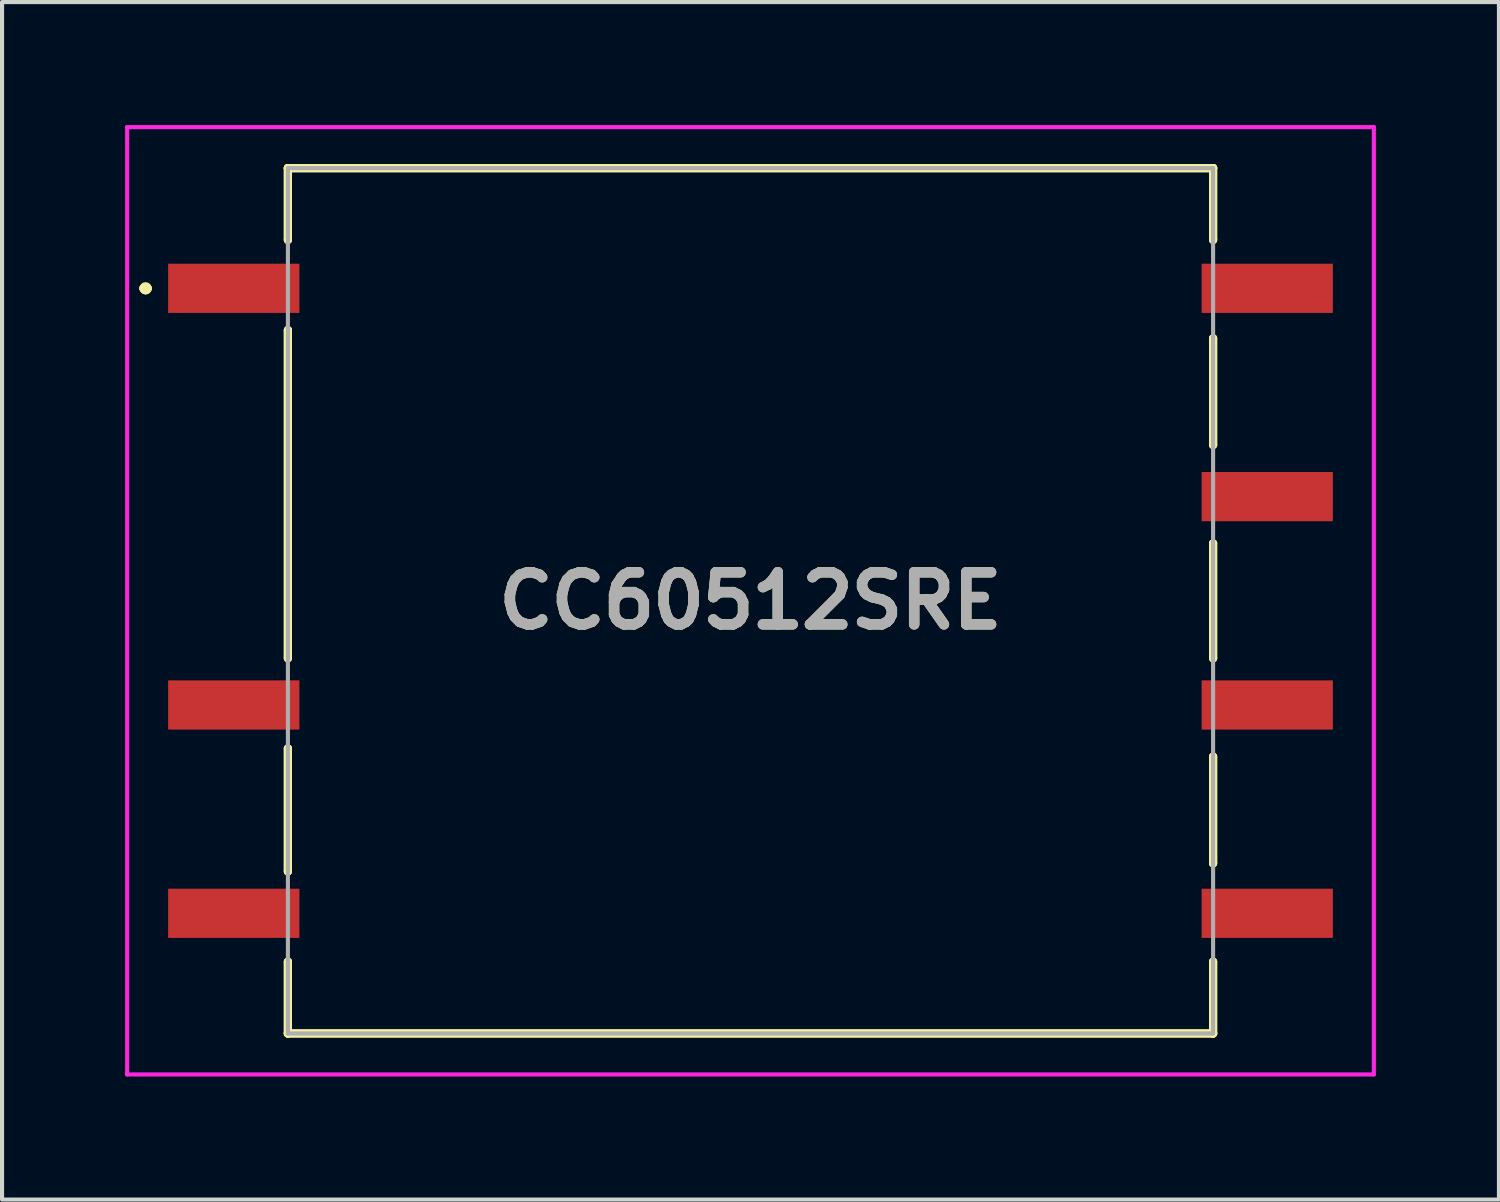
<source format=kicad_pcb>
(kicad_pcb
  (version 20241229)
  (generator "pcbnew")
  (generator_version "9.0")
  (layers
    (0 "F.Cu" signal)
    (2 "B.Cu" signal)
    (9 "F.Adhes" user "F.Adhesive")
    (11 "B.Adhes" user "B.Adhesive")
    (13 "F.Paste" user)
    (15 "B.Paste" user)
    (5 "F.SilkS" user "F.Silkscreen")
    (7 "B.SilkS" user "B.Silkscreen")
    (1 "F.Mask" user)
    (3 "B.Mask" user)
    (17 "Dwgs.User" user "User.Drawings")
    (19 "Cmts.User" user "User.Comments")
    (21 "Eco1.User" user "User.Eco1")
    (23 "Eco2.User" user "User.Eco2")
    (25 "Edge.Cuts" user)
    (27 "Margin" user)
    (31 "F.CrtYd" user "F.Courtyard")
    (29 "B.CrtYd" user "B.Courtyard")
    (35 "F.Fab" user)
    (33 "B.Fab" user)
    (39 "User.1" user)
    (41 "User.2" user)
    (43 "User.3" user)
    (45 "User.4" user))
  (footprint "CC60512SRE"
    (layer "F.Cu")
    (at 15.25 11.6)
    (property "Reference" "CC60512SRE" (at 0 0 0) (layer "F.SilkS") (effects (font (size 1.27 1.27) (thickness 0.254))))
    (attr smd)
    (fp_line (start -14.8 -7.62) (end -14.8 -7.62) (stroke (width 0.2) (type solid)) (layer "F.SilkS"))
    (fp_line (start -14.8 -7.62) (end -14.8 -7.62) (stroke (width 0.2) (type solid)) (layer "F.SilkS"))
    (fp_line (start -14.7 -7.62) (end -14.7 -7.62) (stroke (width 0.2) (type solid)) (layer "F.SilkS"))
    (fp_line (start -11.28 -10.55) (end -11.28 -10.55) (stroke (width 0.2) (type solid)) (layer "F.SilkS"))
    (fp_line (start -11.28 -10.55) (end -11.28 -10.55) (stroke (width 0.2) (type solid)) (layer "F.SilkS"))
    (fp_line (start -11.28 -10.55) (end -11.28 -8.8) (stroke (width 0.2) (type solid)) (layer "F.SilkS"))
    (fp_line (start -11.28 -10.55) (end 11.28 -10.55) (stroke (width 0.2) (type solid)) (layer "F.SilkS"))
    (fp_line (start -11.28 -8.8) (end -11.28 -10.55) (stroke (width 0.2) (type solid)) (layer "F.SilkS"))
    (fp_line (start -11.28 -8.8) (end -11.28 -8.8) (stroke (width 0.2) (type solid)) (layer "F.SilkS"))
    (fp_line (start -11.28 -6.6) (end -11.28 -6.6) (stroke (width 0.2) (type solid)) (layer "F.SilkS"))
    (fp_line (start -11.28 -6.6) (end -11.28 1.4) (stroke (width 0.2) (type solid)) (layer "F.SilkS"))
    (fp_line (start -11.28 1.4) (end -11.28 -6.6) (stroke (width 0.2) (type solid)) (layer "F.SilkS"))
    (fp_line (start -11.28 1.4) (end -11.28 1.4) (stroke (width 0.2) (type solid)) (layer "F.SilkS"))
    (fp_line (start -11.28 3.6) (end -11.28 3.6) (stroke (width 0.2) (type solid)) (layer "F.SilkS"))
    (fp_line (start -11.28 3.6) (end -11.28 6.6) (stroke (width 0.2) (type solid)) (layer "F.SilkS"))
    (fp_line (start -11.28 6.6) (end -11.28 3.6) (stroke (width 0.2) (type solid)) (layer "F.SilkS"))
    (fp_line (start -11.28 6.6) (end -11.28 6.6) (stroke (width 0.2) (type solid)) (layer "F.SilkS"))
    (fp_line (start -11.28 8.8) (end -11.28 8.8) (stroke (width 0.2) (type solid)) (layer "F.SilkS"))
    (fp_line (start -11.28 8.8) (end -11.28 10.55) (stroke (width 0.2) (type solid)) (layer "F.SilkS"))
    (fp_line (start -11.28 10.55) (end -11.28 8.8) (stroke (width 0.2) (type solid)) (layer "F.SilkS"))
    (fp_line (start -11.28 10.55) (end -11.28 10.55) (stroke (width 0.2) (type solid)) (layer "F.SilkS"))
    (fp_line (start -11.28 10.55) (end -11.28 10.55) (stroke (width 0.2) (type solid)) (layer "F.SilkS"))
    (fp_line (start -11.28 10.55) (end 11.28 10.55) (stroke (width 0.2) (type solid)) (layer "F.SilkS"))
    (fp_line (start 11.28 -10.55) (end -11.28 -10.55) (stroke (width 0.2) (type solid)) (layer "F.SilkS"))
    (fp_line (start 11.28 -10.55) (end 11.28 -10.55) (stroke (width 0.2) (type solid)) (layer "F.SilkS"))
    (fp_line (start 11.28 -10.55) (end 11.28 -10.55) (stroke (width 0.2) (type solid)) (layer "F.SilkS"))
    (fp_line (start 11.28 -10.55) (end 11.28 -8.8) (stroke (width 0.2) (type solid)) (layer "F.SilkS"))
    (fp_line (start 11.28 -8.8) (end 11.28 -10.55) (stroke (width 0.2) (type solid)) (layer "F.SilkS"))
    (fp_line (start 11.28 -8.8) (end 11.28 -8.8) (stroke (width 0.2) (type solid)) (layer "F.SilkS"))
    (fp_line (start 11.28 -6.4) (end 11.28 -6.4) (stroke (width 0.2) (type solid)) (layer "F.SilkS"))
    (fp_line (start 11.28 -6.4) (end 11.28 -3.8) (stroke (width 0.2) (type solid)) (layer "F.SilkS"))
    (fp_line (start 11.28 -3.8) (end 11.28 -6.4) (stroke (width 0.2) (type solid)) (layer "F.SilkS"))
    (fp_line (start 11.28 -3.8) (end 11.28 -3.8) (stroke (width 0.2) (type solid)) (layer "F.SilkS"))
    (fp_line (start 11.28 -1.4) (end 11.28 -1.4) (stroke (width 0.2) (type solid)) (layer "F.SilkS"))
    (fp_line (start 11.28 -1.4) (end 11.28 1.4) (stroke (width 0.2) (type solid)) (layer "F.SilkS"))
    (fp_line (start 11.28 1.4) (end 11.28 -1.4) (stroke (width 0.2) (type solid)) (layer "F.SilkS"))
    (fp_line (start 11.28 1.4) (end 11.28 1.4) (stroke (width 0.2) (type solid)) (layer "F.SilkS"))
    (fp_line (start 11.28 3.8) (end 11.28 3.8) (stroke (width 0.2) (type solid)) (layer "F.SilkS"))
    (fp_line (start 11.28 3.8) (end 11.28 6.4) (stroke (width 0.2) (type solid)) (layer "F.SilkS"))
    (fp_line (start 11.28 6.4) (end 11.28 3.8) (stroke (width 0.2) (type solid)) (layer "F.SilkS"))
    (fp_line (start 11.28 6.4) (end 11.28 6.4) (stroke (width 0.2) (type solid)) (layer "F.SilkS"))
    (fp_line (start 11.28 8.8) (end 11.28 8.8) (stroke (width 0.2) (type solid)) (layer "F.SilkS"))
    (fp_line (start 11.28 8.8) (end 11.28 10.55) (stroke (width 0.2) (type solid)) (layer "F.SilkS"))
    (fp_line (start 11.28 10.55) (end -11.28 10.55) (stroke (width 0.2) (type solid)) (layer "F.SilkS"))
    (fp_line (start 11.28 10.55) (end 11.28 8.8) (stroke (width 0.2) (type solid)) (layer "F.SilkS"))
    (fp_line (start 11.28 10.55) (end 11.28 10.55) (stroke (width 0.2) (type solid)) (layer "F.SilkS"))
    (fp_line (start 11.28 10.55) (end 11.28 10.55) (stroke (width 0.2) (type solid)) (layer "F.SilkS"))
    (fp_arc (start -14.8 -7.62) (mid -14.75 -7.67) (end -14.7 -7.62) (stroke (width 0.2) (type solid)) (layer "F.SilkS"))
    (fp_arc (start -14.7 -7.62) (mid -14.75 -7.57) (end -14.8 -7.62) (stroke (width 0.2) (type solid)) (layer "F.SilkS"))
    (fp_arc (start -14.7 -7.62) (mid -14.75 -7.57) (end -14.8 -7.62) (stroke (width 0.2) (type solid)) (layer "F.SilkS"))
    (fp_line (start -15.2 -11.55) (end 15.2 -11.55) (stroke (width 0.1) (type solid)) (layer "F.CrtYd"))
    (fp_line (start -15.2 11.55) (end -15.2 -11.55) (stroke (width 0.1) (type solid)) (layer "F.CrtYd"))
    (fp_line (start 15.2 -11.55) (end 15.2 11.55) (stroke (width 0.1) (type solid)) (layer "F.CrtYd"))
    (fp_line (start 15.2 11.55) (end -15.2 11.55) (stroke (width 0.1) (type solid)) (layer "F.CrtYd"))
    (fp_line (start -11.28 -10.55) (end -11.28 10.55) (stroke (width 0.1) (type solid)) (layer "F.Fab"))
    (fp_line (start -11.28 10.55) (end 11.28 10.55) (stroke (width 0.1) (type solid)) (layer "F.Fab"))
    (fp_line (start 11.28 -10.55) (end -11.28 -10.55) (stroke (width 0.1) (type solid)) (layer "F.Fab"))
    (fp_line (start 11.28 10.55) (end 11.28 -10.55) (stroke (width 0.1) (type solid)) (layer "F.Fab"))
    (fp_text user "${REFERENCE}" (at 0 0 0) (layer "F.Fab") (effects (font (size 1.27 1.27) (thickness 0.254))))
    (pad "1" smd rect (at -12.6 -7.62 90) (size 1.2 3.2) (layers "F.Cu" "F.Mask" "F.Paste"))
    (pad "2" smd rect (at -12.6 2.54 90) (size 1.2 3.2) (layers "F.Cu" "F.Mask" "F.Paste"))
    (pad "3" smd rect (at -12.6 7.62 90) (size 1.2 3.2) (layers "F.Cu" "F.Mask" "F.Paste"))
    (pad "4" smd rect (at 12.6 7.62 90) (size 1.2 3.2) (layers "F.Cu" "F.Mask" "F.Paste"))
    (pad "5" smd rect (at 12.6 2.54 90) (size 1.2 3.2) (layers "F.Cu" "F.Mask" "F.Paste"))
    (pad "6" smd rect (at 12.6 -2.54 90) (size 1.2 3.2) (layers "F.Cu" "F.Mask" "F.Paste"))
    (pad "7" smd rect (at 12.6 -7.62 90) (size 1.2 3.2) (layers "F.Cu" "F.Mask" "F.Paste")))
  (gr_rect
    (start -3 -3)
    (end 33.5 26.2)
    (stroke (width 0.1) (type default))
    (fill no)
    (layer "Edge.Cuts")))
</source>
